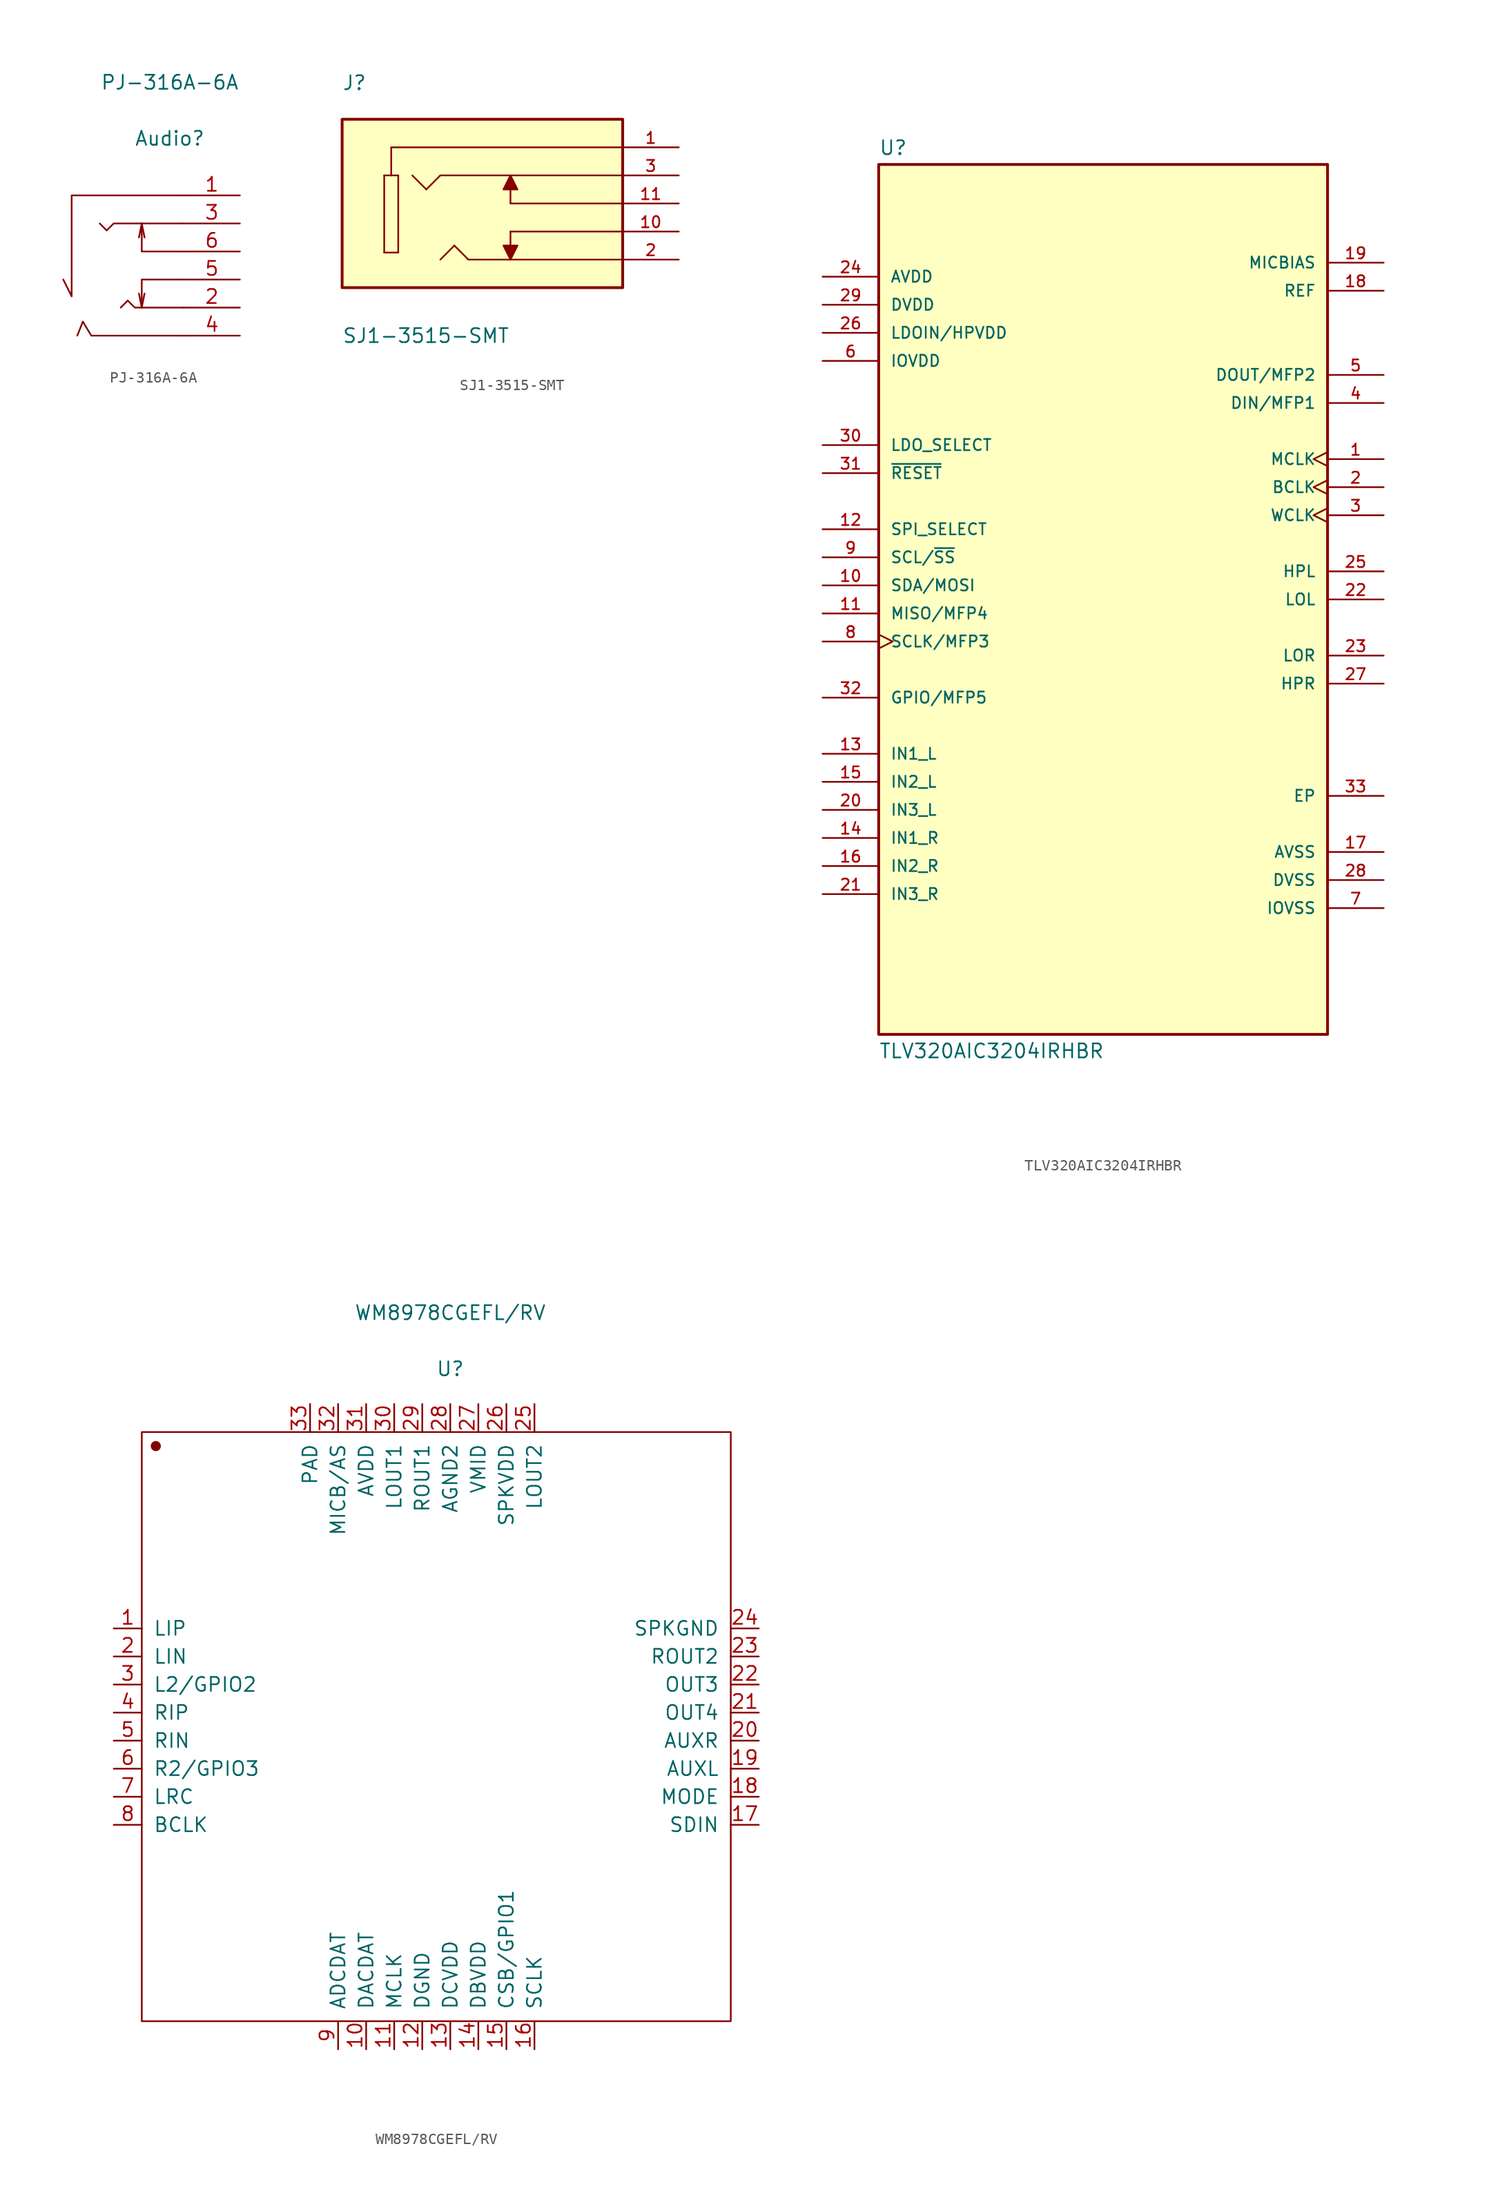
<source format=kicad_sym>
(kicad_symbol_lib
  (version 20231120)
  (generator "kicad_symbol_editor")
  (generator_version "8.0")
  (symbol "PJ-316A-6A"
    (pin_names
      (offset 1.016) hide)
    (property "Reference" "Audio"
      (at 0 11.506 0)
      (effects (font (size 1.27 1.27))))
    (property "Value" "PJ-316A-6A"
      (at 0 16.586 0)
      (effects (font (size 1.27 1.27))))
    (symbol "PJ-316A-6A_1_1"
      (polyline (pts (xy -2.54 -3.81) (xy -2.286 -2.54)) (stroke (width 0.152) (type solid)) (fill (type none)))
      (polyline (pts (xy -2.54 3.81) (xy -2.286 2.54)) (stroke (width 0.152) (type solid)) (fill (type none)))
      (polyline (pts (xy 1.27 -6.35) (xy -7.112 -6.35) (xy -7.874 -5.08) (xy -8.382 -6.35)) (stroke (width 0.152) (type solid)) (fill (type none)))
      (polyline (pts (xy 1.27 -3.81) (xy -3.175 -3.81) (xy -3.81 -3.175) (xy -4.445 -3.81)) (stroke (width 0.152) (type solid)) (fill (type none)))
      (polyline (pts (xy 1.27 -1.27) (xy -2.54 -1.27) (xy -2.54 -3.81) (xy -2.794 -2.54)) (stroke (width 0.152) (type solid)) (fill (type none)))
      (polyline (pts (xy 1.27 1.27) (xy -2.54 1.27) (xy -2.54 3.81) (xy -2.794 2.54)) (stroke (width 0.152) (type solid)) (fill (type none)))
      (polyline (pts (xy 1.27 3.81) (xy -5.08 3.81) (xy -5.715 3.175) (xy -6.35 3.81)) (stroke (width 0.152) (type solid)) (fill (type none)))
      (polyline (pts (xy 1.27 6.35) (xy -8.89 6.35) (xy -8.89 -2.794) (xy -9.652 -1.27)) (stroke (width 0.152) (type solid)) (fill (type none)))
      (pin passive line (at 6.35 6.35 180) (length 5.08) (name "1" (effects (font (size 1.27 1.27)))) (number "1" (effects (font (size 1.27 1.27)))))
      (pin passive line (at 6.35 -3.81 180) (length 5.08) (name "2" (effects (font (size 1.27 1.27)))) (number "2" (effects (font (size 1.27 1.27)))))
      (pin passive line (at 6.35 3.81 180) (length 5.08) (name "3" (effects (font (size 1.27 1.27)))) (number "3" (effects (font (size 1.27 1.27)))))
      (pin passive line (at 6.35 -6.35 180) (length 5.08) (name "4" (effects (font (size 1.27 1.27)))) (number "4" (effects (font (size 1.27 1.27)))))
      (pin passive line (at 6.35 -1.27 180) (length 5.08) (name "5" (effects (font (size 1.27 1.27)))) (number "5" (effects (font (size 1.27 1.27)))))
      (pin passive line (at 6.35 1.27 180) (length 5.08) (name "6" (effects (font (size 1.27 1.27)))) (number "6" (effects (font (size 1.27 1.27)))))))
  (symbol "SJ1-3515-SMT"
    (pin_names
      (offset 1.016))
    (property "Reference" "J"
      (at -12.716 10.173 0)
      (effects (font (size 1.27 1.27)) (justify left bottom)))
    (property "Value" "SJ1-3515-SMT"
      (at -12.713 -12.713 0)
      (effects (font (size 1.27 1.27)) (justify left bottom)))
    (symbol "SJ1-3515-SMT_0_0"
      (rectangle (start -12.7 -7.62) (end 12.7 7.62) (stroke (width 0.254) (type default)) (fill (type background)))
      (polyline (pts (xy -8.89 -4.445) (xy -8.89 2.54)) (stroke (width 0.152) (type default)) (fill (type none)))
      (polyline (pts (xy -8.89 2.54) (xy -8.255 2.54)) (stroke (width 0.152) (type default)) (fill (type none)))
      (polyline (pts (xy -8.255 2.54) (xy -7.62 2.54)) (stroke (width 0.152) (type default)) (fill (type none)))
      (polyline (pts (xy -8.255 5.08) (xy -8.255 2.54)) (stroke (width 0.152) (type default)) (fill (type none)))
      (polyline (pts (xy -7.62 -4.445) (xy -8.89 -4.445)) (stroke (width 0.152) (type default)) (fill (type none)))
      (polyline (pts (xy -7.62 2.54) (xy -7.62 -4.445)) (stroke (width 0.152) (type default)) (fill (type none)))
      (polyline (pts (xy -5.08 1.27) (xy -6.35 2.54)) (stroke (width 0.152) (type default)) (fill (type none)))
      (polyline (pts (xy -3.81 2.54) (xy -5.08 1.27)) (stroke (width 0.152) (type default)) (fill (type none)))
      (polyline (pts (xy -2.54 -3.81) (xy -3.81 -5.08)) (stroke (width 0.152) (type default)) (fill (type none)))
      (polyline (pts (xy -1.27 -5.08) (xy -2.54 -3.81)) (stroke (width 0.152) (type default)) (fill (type none)))
      (polyline (pts (xy 2.54 -5.08) (xy -1.27 -5.08)) (stroke (width 0.152) (type default)) (fill (type none)))
      (polyline (pts (xy 2.54 -2.54) (xy 2.54 -5.08)) (stroke (width 0.152) (type default)) (fill (type none)))
      (polyline (pts (xy 2.54 2.54) (xy -3.81 2.54)) (stroke (width 0.152) (type default)) (fill (type none)))
      (polyline (pts (xy 2.54 2.54) (xy 2.54 0)) (stroke (width 0.152) (type default)) (fill (type none)))
      (polyline (pts (xy 12.7 -5.08) (xy 2.54 -5.08)) (stroke (width 0.152) (type default)) (fill (type none)))
      (polyline (pts (xy 12.7 -2.54) (xy 2.54 -2.54)) (stroke (width 0.152) (type default)) (fill (type none)))
      (polyline (pts (xy 12.7 0) (xy 2.54 0)) (stroke (width 0.152) (type default)) (fill (type none)))
      (polyline (pts (xy 12.7 2.54) (xy 2.54 2.54)) (stroke (width 0.152) (type default)) (fill (type none)))
      (polyline (pts (xy 12.7 5.08) (xy -8.255 5.08)) (stroke (width 0.152) (type default)) (fill (type none)))
      (polyline (pts (xy 2.54 -5.08) (xy 1.905 -3.81) (xy 3.175 -3.81) (xy 2.54 -5.08)) (stroke (width 0.152) (type default)) (fill (type outline)))
      (polyline (pts (xy 2.54 2.54) (xy 3.175 1.27) (xy 1.905 1.27) (xy 2.54 2.54)) (stroke (width 0.152) (type default)) (fill (type outline)))
      (pin passive line (at 17.78 5.08 180) (length 5.08) (name "~" (effects (font (size 1.016 1.016)))) (number "1" (effects (font (size 1.016 1.016)))))
      (pin passive line (at 17.78 -2.54 180) (length 5.08) (name "~" (effects (font (size 1.016 1.016)))) (number "10" (effects (font (size 1.016 1.016)))))
      (pin passive line (at 17.78 0 180) (length 5.08) (name "~" (effects (font (size 1.016 1.016)))) (number "11" (effects (font (size 1.016 1.016)))))
      (pin passive line (at 17.78 -5.08 180) (length 5.08) (name "~" (effects (font (size 1.016 1.016)))) (number "2" (effects (font (size 1.016 1.016)))))
      (pin passive line (at 17.78 2.54 180) (length 5.08) (name "~" (effects (font (size 1.016 1.016)))) (number "3" (effects (font (size 1.016 1.016)))))))
  (symbol "TLV320AIC3204IRHBR"
    (pin_names
      (offset 1.016))
    (property "Reference" "U"
      (at -20.32 38.862 0)
      (effects (font (size 1.27 1.27)) (justify left bottom)))
    (property "Value" "TLV320AIC3204IRHBR"
      (at -20.32 -41.402 0)
      (effects (font (size 1.27 1.27)) (justify left top)))
    (symbol "TLV320AIC3204IRHBR_0_0"
      (rectangle (start -20.32 38.1) (end 20.32 -40.64) (stroke (width 0.254) (type default)) (fill (type background)))
      (pin input clock (at 25.4 11.43 180) (length 5.08) (name "MCLK" (effects (font (size 1.016 1.016)))) (number "1" (effects (font (size 1.016 1.016)))))
      (pin input line (at -25.4 0 0) (length 5.08) (name "SDA/MOSI" (effects (font (size 1.016 1.016)))) (number "10" (effects (font (size 1.016 1.016)))))
      (pin output line (at -25.4 -2.54 0) (length 5.08) (name "MISO/MFP4" (effects (font (size 1.016 1.016)))) (number "11" (effects (font (size 1.016 1.016)))))
      (pin input line (at -25.4 5.08 0) (length 5.08) (name "SPI_SELECT" (effects (font (size 1.016 1.016)))) (number "12" (effects (font (size 1.016 1.016)))))
      (pin input line (at -25.4 -15.24 0) (length 5.08) (name "IN1_L" (effects (font (size 1.016 1.016)))) (number "13" (effects (font (size 1.016 1.016)))))
      (pin input line (at -25.4 -22.86 0) (length 5.08) (name "IN1_R" (effects (font (size 1.016 1.016)))) (number "14" (effects (font (size 1.016 1.016)))))
      (pin input line (at -25.4 -17.78 0) (length 5.08) (name "IN2_L" (effects (font (size 1.016 1.016)))) (number "15" (effects (font (size 1.016 1.016)))))
      (pin input line (at -25.4 -25.4 0) (length 5.08) (name "IN2_R" (effects (font (size 1.016 1.016)))) (number "16" (effects (font (size 1.016 1.016)))))
      (pin power_in line (at 25.4 -24.13 180) (length 5.08) (name "AVSS" (effects (font (size 1.016 1.016)))) (number "17" (effects (font (size 1.016 1.016)))))
      (pin output line (at 25.4 26.67 180) (length 5.08) (name "REF" (effects (font (size 1.016 1.016)))) (number "18" (effects (font (size 1.016 1.016)))))
      (pin output line (at 25.4 29.21 180) (length 5.08) (name "MICBIAS" (effects (font (size 1.016 1.016)))) (number "19" (effects (font (size 1.016 1.016)))))
      (pin bidirectional clock (at 25.4 8.89 180) (length 5.08) (name "BCLK" (effects (font (size 1.016 1.016)))) (number "2" (effects (font (size 1.016 1.016)))))
      (pin input line (at -25.4 -20.32 0) (length 5.08) (name "IN3_L" (effects (font (size 1.016 1.016)))) (number "20" (effects (font (size 1.016 1.016)))))
      (pin input line (at -25.4 -27.94 0) (length 5.08) (name "IN3_R" (effects (font (size 1.016 1.016)))) (number "21" (effects (font (size 1.016 1.016)))))
      (pin output line (at 25.4 -1.27 180) (length 5.08) (name "LOL" (effects (font (size 1.016 1.016)))) (number "22" (effects (font (size 1.016 1.016)))))
      (pin output line (at 25.4 -6.35 180) (length 5.08) (name "LOR" (effects (font (size 1.016 1.016)))) (number "23" (effects (font (size 1.016 1.016)))))
      (pin power_in line (at -25.4 27.94 0) (length 5.08) (name "AVDD" (effects (font (size 1.016 1.016)))) (number "24" (effects (font (size 1.016 1.016)))))
      (pin output line (at 25.4 1.27 180) (length 5.08) (name "HPL" (effects (font (size 1.016 1.016)))) (number "25" (effects (font (size 1.016 1.016)))))
      (pin power_in line (at -25.4 22.86 0) (length 5.08) (name "LDOIN/HPVDD" (effects (font (size 1.016 1.016)))) (number "26" (effects (font (size 1.016 1.016)))))
      (pin output line (at 25.4 -8.89 180) (length 5.08) (name "HPR" (effects (font (size 1.016 1.016)))) (number "27" (effects (font (size 1.016 1.016)))))
      (pin power_in line (at 25.4 -26.67 180) (length 5.08) (name "DVSS" (effects (font (size 1.016 1.016)))) (number "28" (effects (font (size 1.016 1.016)))))
      (pin power_in line (at -25.4 25.4 0) (length 5.08) (name "DVDD" (effects (font (size 1.016 1.016)))) (number "29" (effects (font (size 1.016 1.016)))))
      (pin bidirectional clock (at 25.4 6.35 180) (length 5.08) (name "WCLK" (effects (font (size 1.016 1.016)))) (number "3" (effects (font (size 1.016 1.016)))))
      (pin input line (at -25.4 12.7 0) (length 5.08) (name "LDO_SELECT" (effects (font (size 1.016 1.016)))) (number "30" (effects (font (size 1.016 1.016)))))
      (pin input line (at -25.4 10.16 0) (length 5.08) (name "~{RESET}" (effects (font (size 1.016 1.016)))) (number "31" (effects (font (size 1.016 1.016)))))
      (pin input line (at -25.4 -10.16 0) (length 5.08) (name "GPIO/MFP5" (effects (font (size 1.016 1.016)))) (number "32" (effects (font (size 1.016 1.016)))))
      (pin passive line (at 25.4 -19.05 180) (length 5.08) (name "EP" (effects (font (size 1.016 1.016)))) (number "33" (effects (font (size 1.016 1.016)))))
      (pin input line (at 25.4 16.51 180) (length 5.08) (name "DIN/MFP1" (effects (font (size 1.016 1.016)))) (number "4" (effects (font (size 1.016 1.016)))))
      (pin output line (at 25.4 19.05 180) (length 5.08) (name "DOUT/MFP2" (effects (font (size 1.016 1.016)))) (number "5" (effects (font (size 1.016 1.016)))))
      (pin power_in line (at -25.4 20.32 0) (length 5.08) (name "IOVDD" (effects (font (size 1.016 1.016)))) (number "6" (effects (font (size 1.016 1.016)))))
      (pin power_in line (at 25.4 -29.21 180) (length 5.08) (name "IOVSS" (effects (font (size 1.016 1.016)))) (number "7" (effects (font (size 1.016 1.016)))))
      (pin input clock (at -25.4 -5.08 0) (length 5.08) (name "SCLK/MFP3" (effects (font (size 1.016 1.016)))) (number "8" (effects (font (size 1.016 1.016)))))
      (pin input line (at -25.4 2.54 0) (length 5.08) (name "SCL/~{SS}" (effects (font (size 1.016 1.016)))) (number "9" (effects (font (size 1.016 1.016)))))))
  (symbol "WM8978CGEFL/RV"
    (pin_names
      (offset 1.016))
    (property "Reference" "U"
      (at 0 31.115 0)
      (effects (font (size 1.27 1.27))))
    (property "Value" "WM8978CGEFL/RV"
      (at 0 36.195 0)
      (effects (font (size 1.27 1.27))))
    (symbol "WM8978CGEFL/RV_1_1"
      (rectangle (start -27.94 25.4) (end 25.4 -27.94) (stroke (width 0.152) (type solid)) (fill (type none)))
      (circle (center -26.67 24.13) (radius 0.381) (stroke (width 0.152) (type solid)) (fill (type outline)))
      (pin input line (at -30.48 7.62 0) (length 2.54) (name "LIP" (effects (font (size 1.27 1.27)))) (number "1" (effects (font (size 1.27 1.27)))))
      (pin input line (at -7.62 -30.48 90) (length 2.54) (name "DACDAT" (effects (font (size 1.27 1.27)))) (number "10" (effects (font (size 1.27 1.27)))))
      (pin input line (at -5.08 -30.48 90) (length 2.54) (name "MCLK" (effects (font (size 1.27 1.27)))) (number "11" (effects (font (size 1.27 1.27)))))
      (pin power_in line (at -2.54 -30.48 90) (length 2.54) (name "DGND" (effects (font (size 1.27 1.27)))) (number "12" (effects (font (size 1.27 1.27)))))
      (pin power_in line (at 0 -30.48 90) (length 2.54) (name "DCVDD" (effects (font (size 1.27 1.27)))) (number "13" (effects (font (size 1.27 1.27)))))
      (pin power_in line (at 2.54 -30.48 90) (length 2.54) (name "DBVDD" (effects (font (size 1.27 1.27)))) (number "14" (effects (font (size 1.27 1.27)))))
      (pin bidirectional line (at 5.08 -30.48 90) (length 2.54) (name "CSB/GPIO1" (effects (font (size 1.27 1.27)))) (number "15" (effects (font (size 1.27 1.27)))))
      (pin input line (at 7.62 -30.48 90) (length 2.54) (name "SCLK" (effects (font (size 1.27 1.27)))) (number "16" (effects (font (size 1.27 1.27)))))
      (pin bidirectional line (at 27.94 -10.16 180) (length 2.54) (name "SDIN" (effects (font (size 1.27 1.27)))) (number "17" (effects (font (size 1.27 1.27)))))
      (pin input line (at 27.94 -7.62 180) (length 2.54) (name "MODE" (effects (font (size 1.27 1.27)))) (number "18" (effects (font (size 1.27 1.27)))))
      (pin input line (at 27.94 -5.08 180) (length 2.54) (name "AUXL" (effects (font (size 1.27 1.27)))) (number "19" (effects (font (size 1.27 1.27)))))
      (pin input line (at -30.48 5.08 0) (length 2.54) (name "LIN" (effects (font (size 1.27 1.27)))) (number "2" (effects (font (size 1.27 1.27)))))
      (pin input line (at 27.94 -2.54 180) (length 2.54) (name "AUXR" (effects (font (size 1.27 1.27)))) (number "20" (effects (font (size 1.27 1.27)))))
      (pin output line (at 27.94 0 180) (length 2.54) (name "OUT4" (effects (font (size 1.27 1.27)))) (number "21" (effects (font (size 1.27 1.27)))))
      (pin output line (at 27.94 2.54 180) (length 2.54) (name "OUT3" (effects (font (size 1.27 1.27)))) (number "22" (effects (font (size 1.27 1.27)))))
      (pin output line (at 27.94 5.08 180) (length 2.54) (name "ROUT2" (effects (font (size 1.27 1.27)))) (number "23" (effects (font (size 1.27 1.27)))))
      (pin power_in line (at 27.94 7.62 180) (length 2.54) (name "SPKGND" (effects (font (size 1.27 1.27)))) (number "24" (effects (font (size 1.27 1.27)))))
      (pin output line (at 7.62 27.94 270) (length 2.54) (name "LOUT2" (effects (font (size 1.27 1.27)))) (number "25" (effects (font (size 1.27 1.27)))))
      (pin power_in line (at 5.08 27.94 270) (length 2.54) (name "SPKVDD" (effects (font (size 1.27 1.27)))) (number "26" (effects (font (size 1.27 1.27)))))
      (pin input line (at 2.54 27.94 270) (length 2.54) (name "VMID" (effects (font (size 1.27 1.27)))) (number "27" (effects (font (size 1.27 1.27)))))
      (pin power_in line (at 0 27.94 270) (length 2.54) (name "AGND2" (effects (font (size 1.27 1.27)))) (number "28" (effects (font (size 1.27 1.27)))))
      (pin output line (at -2.54 27.94 270) (length 2.54) (name "ROUT1" (effects (font (size 1.27 1.27)))) (number "29" (effects (font (size 1.27 1.27)))))
      (pin input line (at -30.48 2.54 0) (length 2.54) (name "L2/GPIO2" (effects (font (size 1.27 1.27)))) (number "3" (effects (font (size 1.27 1.27)))))
      (pin output line (at -5.08 27.94 270) (length 2.54) (name "LOUT1" (effects (font (size 1.27 1.27)))) (number "30" (effects (font (size 1.27 1.27)))))
      (pin power_in line (at -7.62 27.94 270) (length 2.54) (name "AVDD" (effects (font (size 1.27 1.27)))) (number "31" (effects (font (size 1.27 1.27)))))
      (pin output line (at -10.16 27.94 270) (length 2.54) (name "MICB/AS" (effects (font (size 1.27 1.27)))) (number "32" (effects (font (size 1.27 1.27)))))
      (pin power_in line (at -12.7 27.94 270) (length 2.54) (name "PAD" (effects (font (size 1.27 1.27)))) (number "33" (effects (font (size 1.27 1.27)))))
      (pin input line (at -30.48 0 0) (length 2.54) (name "RIP" (effects (font (size 1.27 1.27)))) (number "4" (effects (font (size 1.27 1.27)))))
      (pin input line (at -30.48 -2.54 0) (length 2.54) (name "RIN" (effects (font (size 1.27 1.27)))) (number "5" (effects (font (size 1.27 1.27)))))
      (pin input line (at -30.48 -5.08 0) (length 2.54) (name "R2/GPIO3" (effects (font (size 1.27 1.27)))) (number "6" (effects (font (size 1.27 1.27)))))
      (pin bidirectional line (at -30.48 -7.62 0) (length 2.54) (name "LRC" (effects (font (size 1.27 1.27)))) (number "7" (effects (font (size 1.27 1.27)))))
      (pin bidirectional line (at -30.48 -10.16 0) (length 2.54) (name "BCLK" (effects (font (size 1.27 1.27)))) (number "8" (effects (font (size 1.27 1.27)))))
      (pin output line (at -10.16 -30.48 90) (length 2.54) (name "ADCDAT" (effects (font (size 1.27 1.27)))) (number "9" (effects (font (size 1.27 1.27))))))))
</source>
